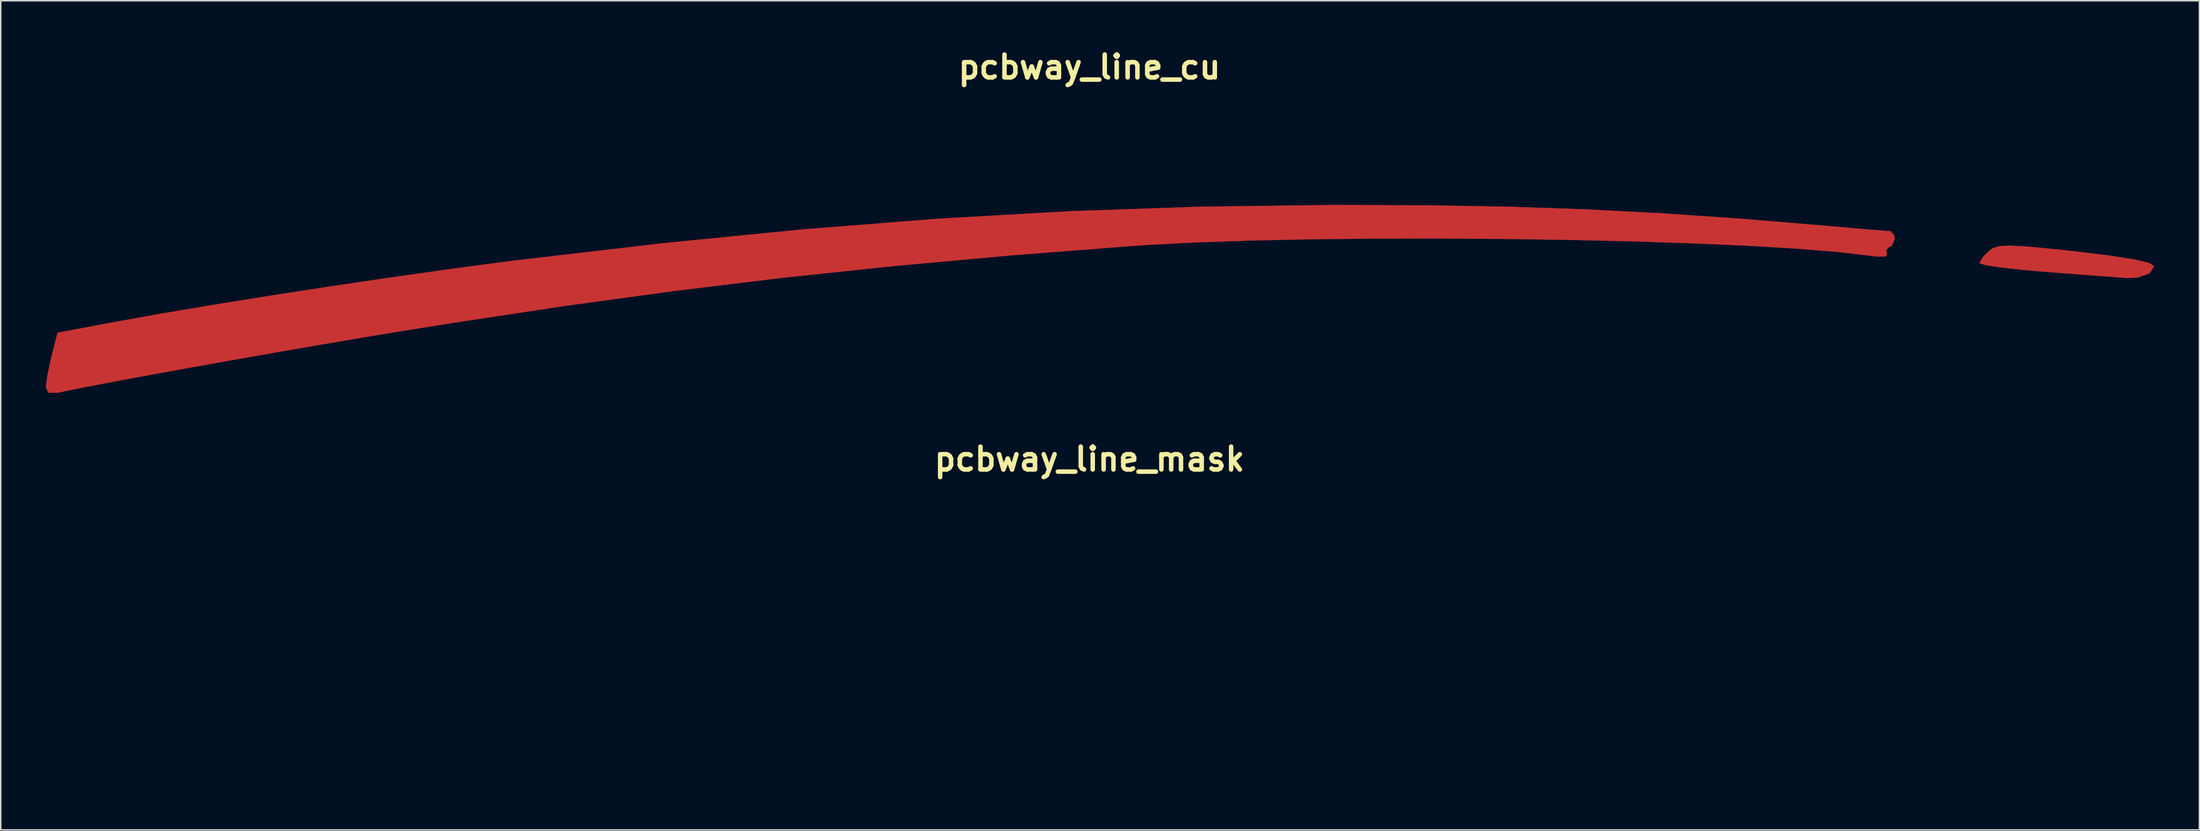
<source format=kicad_pcb>
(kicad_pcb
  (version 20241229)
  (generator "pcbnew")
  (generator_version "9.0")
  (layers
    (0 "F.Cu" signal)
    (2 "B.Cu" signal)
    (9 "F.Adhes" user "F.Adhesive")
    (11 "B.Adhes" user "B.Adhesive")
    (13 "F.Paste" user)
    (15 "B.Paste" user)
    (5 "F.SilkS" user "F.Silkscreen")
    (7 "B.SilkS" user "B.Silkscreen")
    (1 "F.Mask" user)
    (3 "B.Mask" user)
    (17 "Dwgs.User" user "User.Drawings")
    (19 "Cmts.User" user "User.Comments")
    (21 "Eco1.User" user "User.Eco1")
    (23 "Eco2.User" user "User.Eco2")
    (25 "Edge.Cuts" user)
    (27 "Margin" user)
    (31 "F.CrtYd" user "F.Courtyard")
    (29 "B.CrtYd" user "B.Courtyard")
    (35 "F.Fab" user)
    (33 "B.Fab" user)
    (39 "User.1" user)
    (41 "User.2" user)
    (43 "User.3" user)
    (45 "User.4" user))
  (footprint "pcbway_line_cu"
    (layer "F.Cu")
    (at 69.502 1.418)
    (property "Reference" "pcbway_line_cu" (at 0 0 0) (layer "F.SilkS") (effects (font (size 1.524 1.524) (thickness 0.3))))
    (attr through_hole)
    (fp_poly (pts (xy 62.274 11.947) (xy 63.756 12.082) (xy 65.705 12.29) (xy 67.984 12.568) (xy 69.626 12.83) (xy 70.608 13.071) (xy 70.908 13.273) (xy 70.595 13.754) (xy 69.79 14.03) (xy 69.027 14.056) (xy 68.393 14.008) (xy 67.219 13.92) (xy 65.667 13.803) (xy 63.902 13.669) (xy 63.765 13.659) (xy 62.078 13.512) (xy 60.679 13.355) (xy 59.701 13.205) (xy 59.275 13.08) (xy 59.267 13.064) (xy 59.502 12.656) (xy 59.884 12.264) (xy 60.185 12.057) (xy 60.606 11.935) (xy 61.263 11.899) (xy 62.274 11.947)) (stroke (width 0.01) (type solid)) (fill yes) (layer "F.Cu"))
    (fp_poly (pts (xy 22.315 9.21) (xy 27.747 9.302) (xy 32.923 9.477) (xy 38.068 9.742) (xy 43.406 10.108) (xy 49.159 10.585) (xy 49.389 10.606) (xy 50.942 10.742) (xy 52.228 10.851) (xy 53.088 10.919) (xy 53.358 10.936) (xy 53.593 11.223) (xy 53.622 11.465) (xy 53.421 11.935) (xy 53.249 11.994) (xy 53.049 12.215) (xy 53.117 12.386) (xy 53.046 12.619) (xy 52.368 12.624) (xy 51.991 12.576) (xy 49.862 12.326) (xy 47.123 12.103) (xy 43.868 11.91) (xy 40.192 11.748) (xy 36.19 11.617) (xy 31.955 11.519) (xy 27.583 11.455) (xy 23.169 11.427) (xy 18.806 11.435) (xy 14.59 11.481) (xy 10.615 11.567) (xy 6.976 11.693) (xy 3.767 11.86) (xy 2.822 11.925) (xy -5.327 12.563) (xy -12.97 13.257) (xy -20.307 14.031) (xy -27.535 14.908) (xy -34.856 15.91) (xy -42.467 17.062) (xy -46.038 17.635) (xy -48.515 18.046) (xy -51.254 18.512) (xy -54.141 19.012) (xy -57.063 19.527) (xy -59.908 20.035) (xy -62.562 20.518) (xy -64.912 20.954) (xy -66.847 21.324) (xy -68.252 21.606) (xy -68.703 21.705) (xy -69.338 21.7) (xy -69.497 21.33) (xy -69.414 20.657) (xy -69.206 19.635) (xy -69.111 19.238) (xy -68.724 17.703) (xy -64.789 16.964) (xy -61.846 16.434) (xy -58.376 15.849) (xy -54.551 15.233) (xy -50.546 14.615) (xy -46.534 14.02) (xy -42.687 13.475) (xy -39.18 13.006) (xy -38.276 12.892) (xy -28.396 11.737) (xy -19.032 10.811) (xy -10.037 10.103) (xy -1.262 9.603) (xy 7.44 9.302) (xy 16.217 9.19) (xy 16.404 9.19) (xy 22.315 9.21)) (stroke (width 0.01) (type solid)) (fill yes) (layer "F.Cu")))
  (footprint "pcbway_line_mask"
    (layer "F.Cu")
    (at 69.502 27.546)
    (property "Reference" "pcbway_line_mask" (at 0 0 0) (layer "F.SilkS") (effects (font (size 1.524 1.524) (thickness 0.3))))
    (attr through_hole)
    (fp_poly (pts (xy 62.274 11.947) (xy 63.756 12.082) (xy 65.705 12.29) (xy 67.984 12.568) (xy 69.626 12.83) (xy 70.608 13.071) (xy 70.908 13.273) (xy 70.595 13.754) (xy 69.79 14.03) (xy 69.027 14.056) (xy 68.393 14.008) (xy 67.219 13.92) (xy 65.667 13.803) (xy 63.902 13.669) (xy 63.765 13.659) (xy 62.078 13.512) (xy 60.679 13.355) (xy 59.701 13.205) (xy 59.275 13.08) (xy 59.267 13.064) (xy 59.502 12.656) (xy 59.884 12.264) (xy 60.185 12.057) (xy 60.606 11.935) (xy 61.263 11.899) (xy 62.274 11.947)) (stroke (width 0.01) (type solid)) (fill yes) (layer "F.Mask"))
    (fp_poly (pts (xy 22.315 9.21) (xy 27.747 9.302) (xy 32.923 9.477) (xy 38.068 9.742) (xy 43.406 10.108) (xy 49.159 10.585) (xy 49.389 10.606) (xy 50.942 10.742) (xy 52.228 10.851) (xy 53.088 10.919) (xy 53.358 10.936) (xy 53.593 11.223) (xy 53.622 11.465) (xy 53.421 11.935) (xy 53.249 11.994) (xy 53.049 12.215) (xy 53.117 12.386) (xy 53.046 12.619) (xy 52.368 12.624) (xy 51.991 12.576) (xy 49.862 12.326) (xy 47.123 12.103) (xy 43.868 11.91) (xy 40.192 11.748) (xy 36.19 11.617) (xy 31.955 11.519) (xy 27.583 11.455) (xy 23.169 11.427) (xy 18.806 11.435) (xy 14.59 11.481) (xy 10.615 11.567) (xy 6.976 11.693) (xy 3.767 11.86) (xy 2.822 11.925) (xy -5.327 12.563) (xy -12.97 13.257) (xy -20.307 14.031) (xy -27.535 14.908) (xy -34.856 15.91) (xy -42.467 17.062) (xy -46.038 17.635) (xy -48.515 18.046) (xy -51.254 18.512) (xy -54.141 19.012) (xy -57.063 19.527) (xy -59.908 20.035) (xy -62.562 20.518) (xy -64.912 20.954) (xy -66.847 21.324) (xy -68.252 21.606) (xy -68.703 21.705) (xy -69.338 21.7) (xy -69.497 21.33) (xy -69.414 20.657) (xy -69.206 19.635) (xy -69.111 19.238) (xy -68.724 17.703) (xy -64.789 16.964) (xy -61.846 16.434) (xy -58.376 15.849) (xy -54.551 15.233) (xy -50.546 14.615) (xy -46.534 14.02) (xy -42.687 13.475) (xy -39.18 13.006) (xy -38.276 12.892) (xy -28.396 11.737) (xy -19.032 10.811) (xy -10.037 10.103) (xy -1.262 9.603) (xy 7.44 9.302) (xy 16.217 9.19) (xy 16.404 9.19) (xy 22.315 9.21)) (stroke (width 0.01) (type solid)) (fill yes) (layer "F.Mask")))
  (gr_rect
    (start -3 -3)
    (end 143.416 52.255)
    (stroke (width 0.1) (type default))
    (fill no)
    (layer "Edge.Cuts")))
</source>
